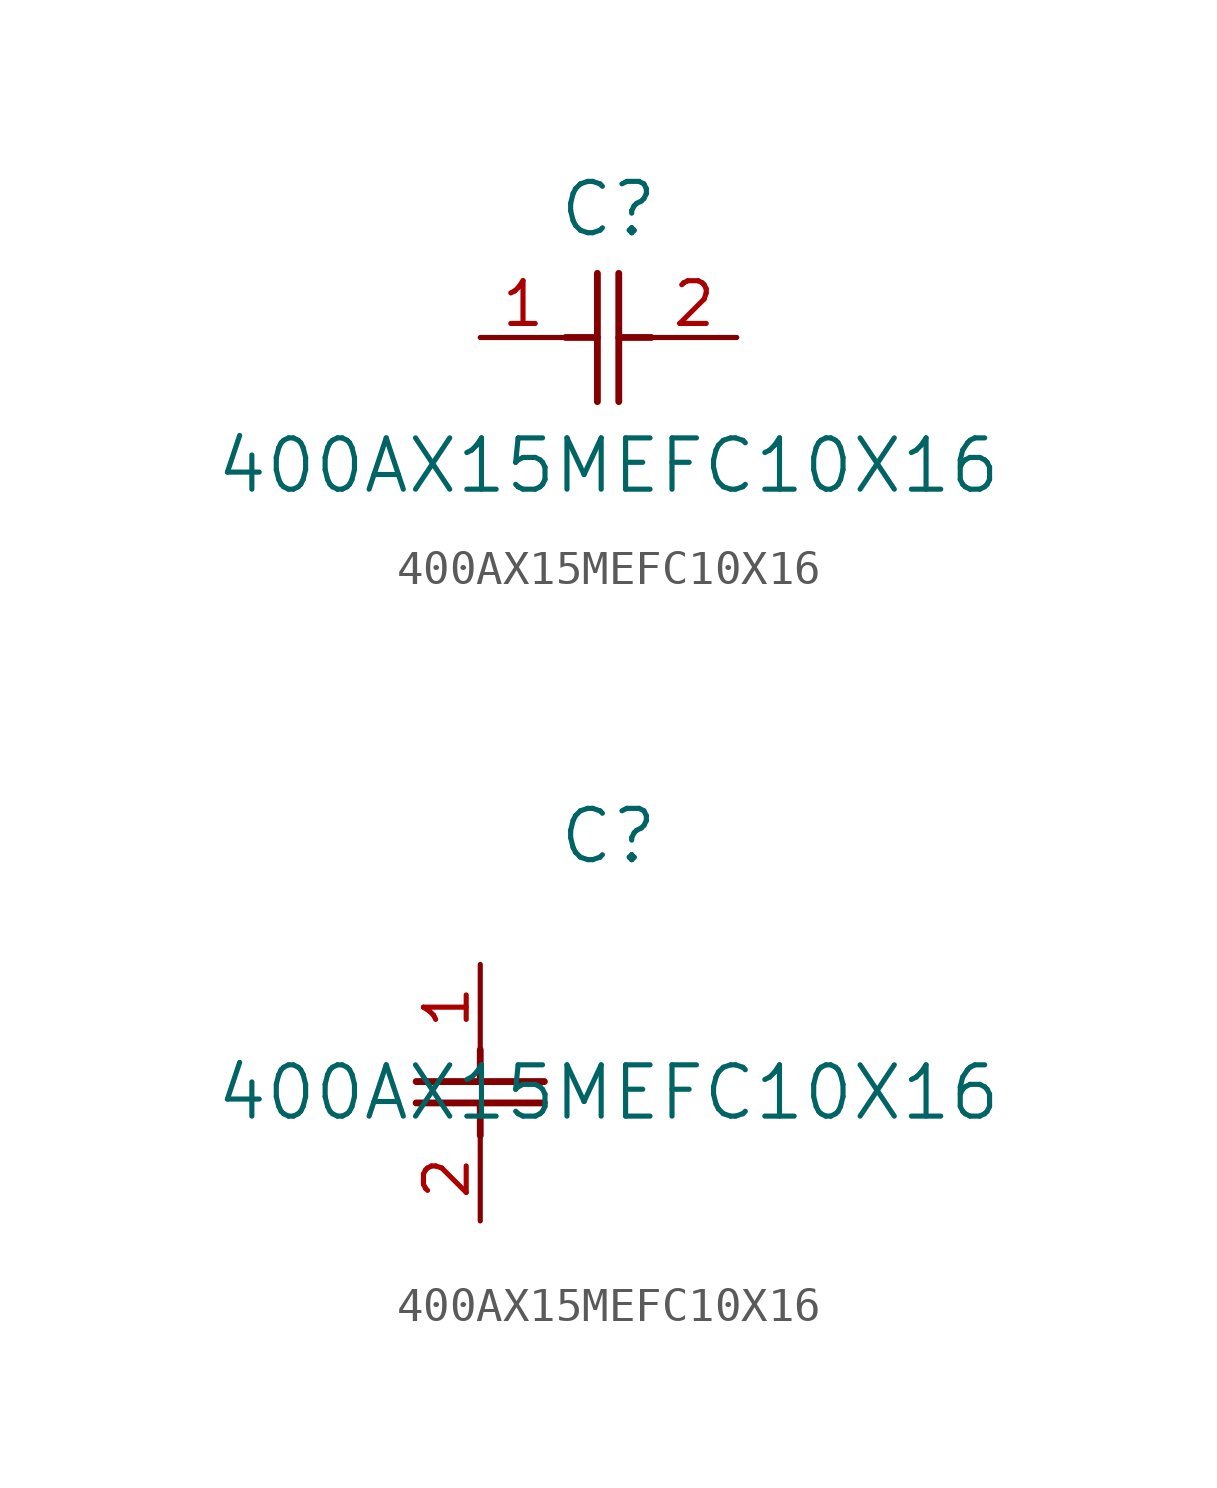
<source format=kicad_sym>
(kicad_symbol_lib
  (version 20211014)
  (generator kicad_symbol_editor)
  (symbol "400AX15MEFC10X16"
    (pin_names
      (offset 0.254))
    (property "Reference" "C"
      (at 3.81 3.81 0)
      (effects (font (size 1.524 1.524))))
    (property "Value" "400AX15MEFC10X16"
      (at 3.81 -3.81 0)
      (effects (font (size 1.524 1.524))))
    (symbol "400AX15MEFC10X16_1_1"
      (polyline (pts (xy 3.48 -1.905) (xy 3.48 1.905)) (stroke (width 0.203) (type default) (color 0 0 0 0)) (fill (type none)))
      (polyline (pts (xy 4.115 -1.905) (xy 4.115 1.905)) (stroke (width 0.203) (type default) (color 0 0 0 0)) (fill (type none)))
      (polyline (pts (xy 4.115 0) (xy 5.08 0)) (stroke (width 0.203) (type default) (color 0 0 0 0)) (fill (type none)))
      (polyline (pts (xy 2.54 0) (xy 3.48 0)) (stroke (width 0.203) (type default) (color 0 0 0 0)) (fill (type none)))
      (pin unspecified line (at 0 0 0) (length 2.54) (name "" (effects (font (size 1.27 1.27)))) (number "1" (effects (font (size 1.27 1.27)))))
      (pin unspecified line (at 7.62 0 180) (length 2.54) (name "" (effects (font (size 1.27 1.27)))) (number "2" (effects (font (size 1.27 1.27))))))
    (symbol "400AX15MEFC10X16_1_2"
      (polyline (pts (xy -1.905 -3.48) (xy 1.905 -3.48)) (stroke (width 0.203) (type default) (color 0 0 0 0)) (fill (type none)))
      (polyline (pts (xy -1.905 -4.115) (xy 1.905 -4.115)) (stroke (width 0.203) (type default) (color 0 0 0 0)) (fill (type none)))
      (polyline (pts (xy 0 -4.115) (xy 0 -5.08)) (stroke (width 0.203) (type default) (color 0 0 0 0)) (fill (type none)))
      (polyline (pts (xy 0 -2.54) (xy 0 -3.48)) (stroke (width 0.203) (type default) (color 0 0 0 0)) (fill (type none)))
      (pin unspecified line (at 0 0 270) (length 2.54) (name "" (effects (font (size 1.27 1.27)))) (number "1" (effects (font (size 1.27 1.27)))))
      (pin unspecified line (at 0 -7.62 90) (length 2.54) (name "" (effects (font (size 1.27 1.27)))) (number "2" (effects (font (size 1.27 1.27))))))))
</source>
